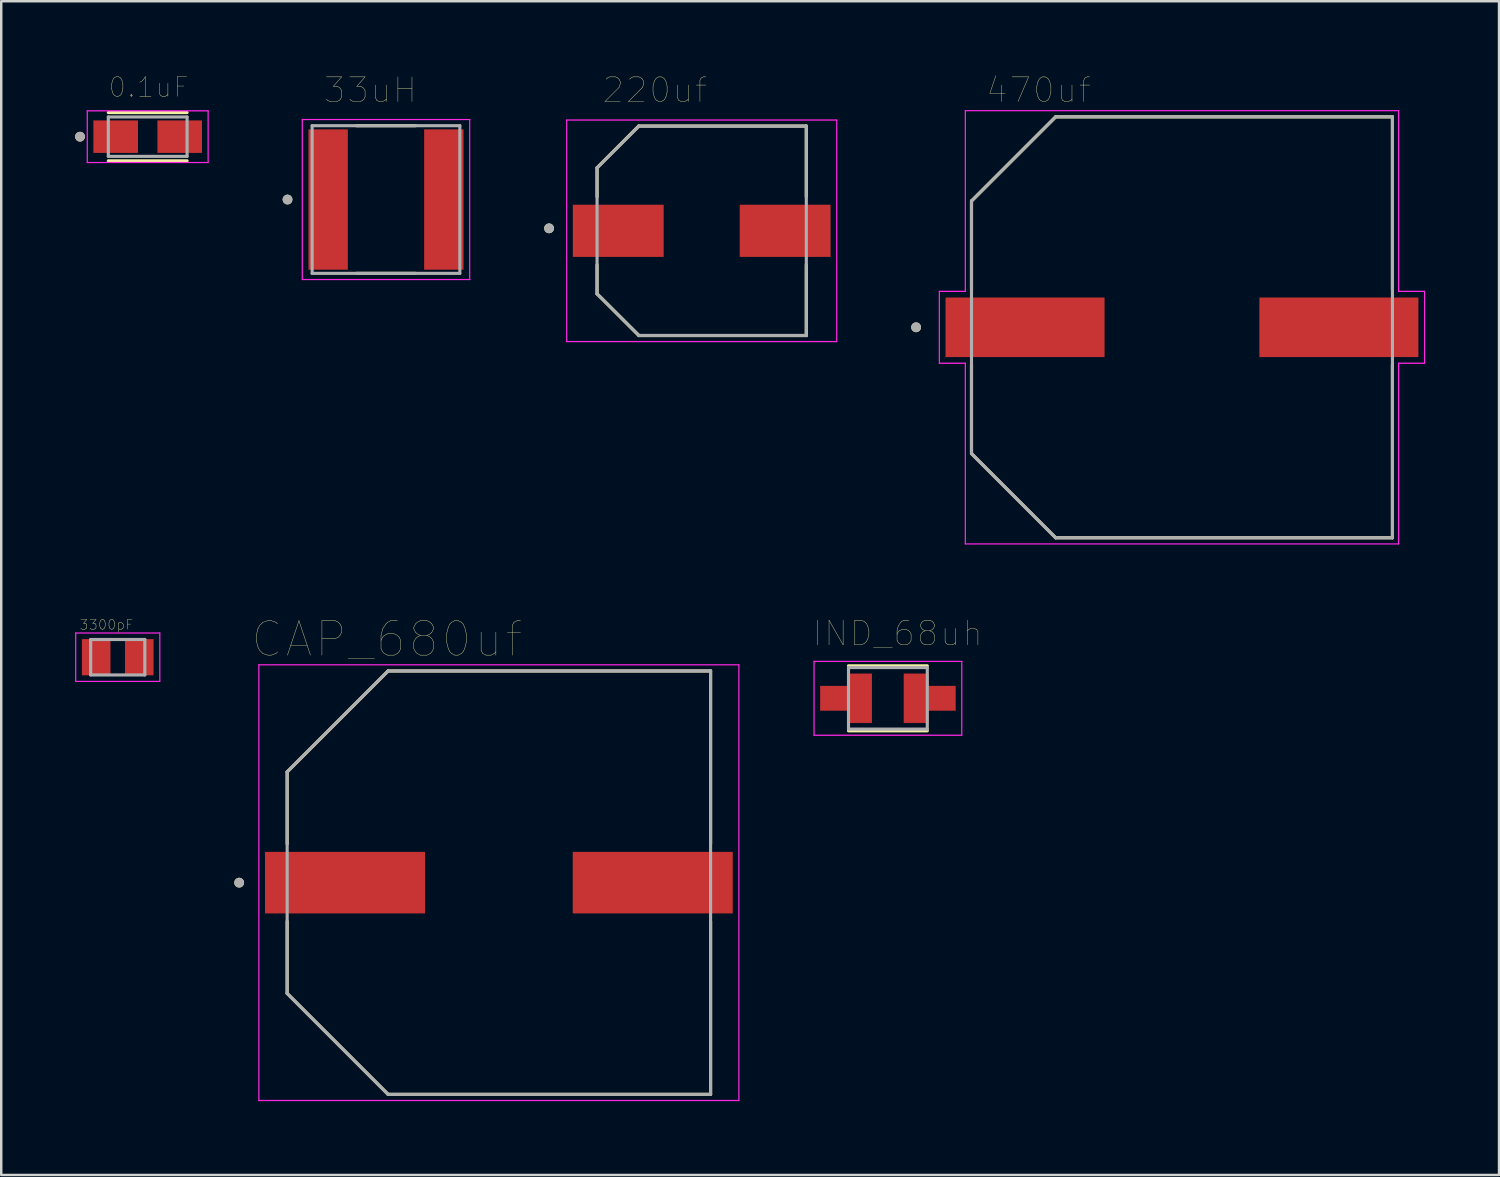
<source format=kicad_pcb>
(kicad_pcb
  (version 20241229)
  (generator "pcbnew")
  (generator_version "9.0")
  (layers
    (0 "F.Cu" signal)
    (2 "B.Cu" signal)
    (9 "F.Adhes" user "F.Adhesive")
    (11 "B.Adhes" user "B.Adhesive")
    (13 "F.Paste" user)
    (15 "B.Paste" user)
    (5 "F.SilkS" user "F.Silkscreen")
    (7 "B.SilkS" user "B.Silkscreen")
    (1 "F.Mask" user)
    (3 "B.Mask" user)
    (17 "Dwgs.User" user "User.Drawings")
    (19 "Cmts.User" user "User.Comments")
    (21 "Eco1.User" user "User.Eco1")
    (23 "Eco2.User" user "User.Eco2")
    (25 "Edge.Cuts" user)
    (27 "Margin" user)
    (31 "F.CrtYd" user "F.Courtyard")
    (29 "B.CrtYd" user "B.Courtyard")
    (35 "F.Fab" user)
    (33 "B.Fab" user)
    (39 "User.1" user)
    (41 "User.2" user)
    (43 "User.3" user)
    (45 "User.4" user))
  (footprint "3300pF"
    (layer "F.Cu")
    (at 1.733 23.648)
    (property "Reference" "3300pF" (at -0.46 -1.32 0) (layer "F.SilkS") (effects (font (size 0.394 0.394) (thickness 0.015))))
    (attr through_hole)
    (fp_line (start -1.708 -0.983) (end 1.708 -0.983) (stroke (width 0.05) (type solid)) (layer "F.CrtYd"))
    (fp_line (start -1.708 0.983) (end -1.708 -0.983) (stroke (width 0.05) (type solid)) (layer "F.CrtYd"))
    (fp_line (start -1.708 0.983) (end 1.708 0.983) (stroke (width 0.05) (type solid)) (layer "F.CrtYd"))
    (fp_line (start 1.708 0.983) (end 1.708 -0.983) (stroke (width 0.05) (type solid)) (layer "F.CrtYd"))
    (fp_line (start -1.1 0.72) (end -1.1 -0.72) (stroke (width 0.127) (type solid)) (layer "F.Fab"))
    (fp_line (start 1.1 -0.72) (end -1.1 -0.72) (stroke (width 0.127) (type solid)) (layer "F.Fab"))
    (fp_line (start 1.1 0.72) (end -1.1 0.72) (stroke (width 0.127) (type solid)) (layer "F.Fab"))
    (fp_line (start 1.1 0.72) (end 1.1 -0.72) (stroke (width 0.127) (type solid)) (layer "F.Fab"))
    (pad "1" smd rect (at -0.875 0) (size 1.16 1.47) (layers "F.Cu" "F.Mask" "F.Paste"))
    (pad "2" smd rect (at 0.875 0) (size 1.16 1.47) (layers "F.Cu" "F.Mask" "F.Paste")))
  (footprint "220uf"
    (layer "F.Cu")
    (at 25.455 6.326)
    (property "Reference" "220uf" (at -1.905 -5.715 0) (layer "F.SilkS") (effects (font (size 1 1) (thickness 0.015))))
    (attr through_hole)
    (fp_line (start -4.25 -2.56) (end -4.25 -1.38) (stroke (width 0.127) (type solid)) (layer "F.SilkS"))
    (fp_line (start -4.25 2.56) (end -4.25 1.38) (stroke (width 0.127) (type solid)) (layer "F.SilkS"))
    (fp_line (start -2.56 -4.257) (end -4.25 -2.56) (stroke (width 0.127) (type solid)) (layer "F.SilkS"))
    (fp_line (start -2.56 -4.257) (end 4.25 -4.257) (stroke (width 0.127) (type solid)) (layer "F.SilkS"))
    (fp_line (start -2.55 4.257) (end -4.25 2.56) (stroke (width 0.127) (type solid)) (layer "F.SilkS"))
    (fp_line (start 4.25 -4.257) (end 4.25 -1.38) (stroke (width 0.127) (type solid)) (layer "F.SilkS"))
    (fp_line (start 4.25 1.38) (end 4.25 4.257) (stroke (width 0.127) (type solid)) (layer "F.SilkS"))
    (fp_line (start 4.25 4.257) (end -2.55 4.257) (stroke (width 0.127) (type solid)) (layer "F.SilkS"))
    (fp_circle (center -6.2 -0.1) (end -6.1 -0.1) (stroke (width 0.2) (type solid)) (fill no) (layer "F.SilkS"))
    (fp_line (start -5.485 -4.5) (end 5.485 -4.5) (stroke (width 0.05) (type solid)) (layer "F.CrtYd"))
    (fp_line (start -5.485 4.5) (end -5.485 -4.5) (stroke (width 0.05) (type solid)) (layer "F.CrtYd"))
    (fp_line (start 5.485 -4.5) (end 5.485 4.5) (stroke (width 0.05) (type solid)) (layer "F.CrtYd"))
    (fp_line (start 5.485 4.5) (end -5.485 4.5) (stroke (width 0.05) (type solid)) (layer "F.CrtYd"))
    (fp_line (start -4.25 -2.56) (end -2.55 -4.25) (stroke (width 0.127) (type solid)) (layer "F.Fab"))
    (fp_line (start -4.25 2.56) (end -4.25 -2.56) (stroke (width 0.127) (type solid)) (layer "F.Fab"))
    (fp_line (start -4.25 2.56) (end -2.55 4.25) (stroke (width 0.127) (type solid)) (layer "F.Fab"))
    (fp_line (start -2.55 -4.25) (end 4.25 -4.25) (stroke (width 0.127) (type solid)) (layer "F.Fab"))
    (fp_line (start -2.55 4.25) (end 4.25 4.25) (stroke (width 0.127) (type solid)) (layer "F.Fab"))
    (fp_line (start 4.25 -4.25) (end 4.25 4.25) (stroke (width 0.127) (type solid)) (layer "F.Fab"))
    (fp_circle (center -6.2 -0.1) (end -6.1 -0.1) (stroke (width 0.2) (type solid)) (fill no) (layer "F.Fab"))
    (pad "1" smd rect (at -3.39 0) (size 3.69 2.12) (layers "F.Cu" "F.Mask" "F.Paste"))
    (pad "2" smd rect (at 3.39 0) (size 3.69 2.12) (layers "F.Cu" "F.Mask" "F.Paste")))
  (footprint "IND_68uh"
    (layer "F.Cu")
    (at 33.019 25.318)
    (property "Reference" "IND_68uh" (at 0.395 -2.635 0) (layer "F.SilkS") (effects (font (size 1 1) (thickness 0.015))))
    (attr through_hole)
    (fp_poly (pts (xy -1.65 -0.5) (xy -1.65 -1) (xy -0.65 -1) (xy -0.65 1) (xy -1.65 1) (xy -1.65 0.5) (xy -2.75 0.5) (xy -2.75 -0.5)) (stroke (width 0.01) (type solid)) (fill yes) (layer "F.Cu"))
    (fp_poly (pts (xy 1.65 -0.5) (xy 1.65 -1) (xy 0.65 -1) (xy 0.65 1) (xy 1.65 1) (xy 1.65 0.5) (xy 2.75 0.5) (xy 2.75 -0.5)) (stroke (width 0.01) (type solid)) (fill yes) (layer "F.Cu"))
    (fp_poly (pts (xy -1.75 -0.6) (xy -1.75 -1.1) (xy -0.55 -1.1) (xy -0.55 1.1) (xy -1.75 1.1) (xy -1.75 0.6) (xy -2.85 0.6) (xy -2.85 -0.6)) (stroke (width 0.01) (type solid)) (fill yes) (layer "F.Mask"))
    (fp_poly (pts (xy 1.75 -0.6) (xy 1.75 -1.1) (xy 0.55 -1.1) (xy 0.55 1.1) (xy 1.75 1.1) (xy 1.75 0.6) (xy 2.85 0.6) (xy 2.85 -0.6)) (stroke (width 0.01) (type solid)) (fill yes) (layer "F.Mask"))
    (fp_line (start -1.6 -1.32) (end 1.6 -1.32) (stroke (width 0.127) (type solid)) (layer "F.SilkS"))
    (fp_line (start -1.6 1.32) (end 1.6 1.32) (stroke (width 0.127) (type solid)) (layer "F.SilkS"))
    (fp_poly (pts (xy -1.65 -0.5) (xy -1.65 -1) (xy -0.65 -1) (xy -0.65 1) (xy -1.65 1) (xy -1.65 0.5) (xy -2.75 0.5) (xy -2.75 -0.5)) (stroke (width 0.01) (type solid)) (fill yes) (layer "F.Paste"))
    (fp_poly (pts (xy 1.65 -0.5) (xy 1.65 -1) (xy 0.65 -1) (xy 0.65 1) (xy 1.65 1) (xy 1.65 0.5) (xy 2.75 0.5) (xy 2.75 -0.5)) (stroke (width 0.01) (type solid)) (fill yes) (layer "F.Paste"))
    (fp_line (start -3 -1.5) (end 3 -1.5) (stroke (width 0.05) (type solid)) (layer "F.CrtYd"))
    (fp_line (start -3 1.5) (end -3 -1.5) (stroke (width 0.05) (type solid)) (layer "F.CrtYd"))
    (fp_line (start 3 -1.5) (end 3 1.5) (stroke (width 0.05) (type solid)) (layer "F.CrtYd"))
    (fp_line (start 3 1.5) (end -3 1.5) (stroke (width 0.05) (type solid)) (layer "F.CrtYd"))
    (fp_line (start -1.6 -1.25) (end 1.6 -1.25) (stroke (width 0.127) (type solid)) (layer "F.Fab"))
    (fp_line (start -1.6 1.25) (end -1.6 -1.25) (stroke (width 0.127) (type solid)) (layer "F.Fab"))
    (fp_line (start 1.6 -1.25) (end 1.6 1.25) (stroke (width 0.127) (type solid)) (layer "F.Fab"))
    (fp_line (start 1.6 1.25) (end -1.6 1.25) (stroke (width 0.127) (type solid)) (layer "F.Fab"))
    (pad "1" smd rect (at -1.15 0) (size 0.9 0.9) (layers "F.Cu"))
    (pad "2" smd rect (at 1.15 0) (size 0.9 0.9) (layers "F.Cu")))
  (footprint "470uf"
    (layer "F.Cu")
    (at 44.965 10.246)
    (property "Reference" "470uf" (at -5.825 -9.635 0) (layer "F.SilkS") (effects (font (size 1 1) (thickness 0.015))))
    (attr through_hole)
    (fp_line (start -8.55 -5.13) (end -5.13 -8.55) (stroke (width 0.127) (type solid)) (layer "F.SilkS"))
    (fp_line (start -8.55 -1.53) (end -8.55 -5.13) (stroke (width 0.127) (type solid)) (layer "F.SilkS"))
    (fp_line (start -8.55 5.13) (end -8.55 1.53) (stroke (width 0.127) (type solid)) (layer "F.SilkS"))
    (fp_line (start -5.13 -8.55) (end 8.55 -8.55) (stroke (width 0.127) (type solid)) (layer "F.SilkS"))
    (fp_line (start -5.13 8.55) (end -8.55 5.13) (stroke (width 0.127) (type solid)) (layer "F.SilkS"))
    (fp_line (start 8.55 -8.55) (end 8.55 -1.53) (stroke (width 0.127) (type solid)) (layer "F.SilkS"))
    (fp_line (start 8.55 1.53) (end 8.55 8.55) (stroke (width 0.127) (type solid)) (layer "F.SilkS"))
    (fp_line (start 8.55 8.55) (end -5.13 8.55) (stroke (width 0.127) (type solid)) (layer "F.SilkS"))
    (fp_circle (center -10.8 0) (end -10.7 0) (stroke (width 0.2) (type solid)) (fill no) (layer "F.SilkS"))
    (fp_line (start -9.855 -1.46) (end -9.855 1.46) (stroke (width 0.05) (type solid)) (layer "F.CrtYd"))
    (fp_line (start -9.855 1.46) (end -8.8 1.46) (stroke (width 0.05) (type solid)) (layer "F.CrtYd"))
    (fp_line (start -8.8 -8.8) (end -8.8 -1.46) (stroke (width 0.05) (type solid)) (layer "F.CrtYd"))
    (fp_line (start -8.8 -1.46) (end -9.855 -1.46) (stroke (width 0.05) (type solid)) (layer "F.CrtYd"))
    (fp_line (start -8.8 1.46) (end -8.8 8.8) (stroke (width 0.05) (type solid)) (layer "F.CrtYd"))
    (fp_line (start -8.8 8.8) (end 8.8 8.8) (stroke (width 0.05) (type solid)) (layer "F.CrtYd"))
    (fp_line (start 8.8 -8.8) (end -8.8 -8.8) (stroke (width 0.05) (type solid)) (layer "F.CrtYd"))
    (fp_line (start 8.8 -1.46) (end 8.8 -8.8) (stroke (width 0.05) (type solid)) (layer "F.CrtYd"))
    (fp_line (start 8.8 1.46) (end 9.855 1.46) (stroke (width 0.05) (type solid)) (layer "F.CrtYd"))
    (fp_line (start 8.8 8.8) (end 8.8 1.46) (stroke (width 0.05) (type solid)) (layer "F.CrtYd"))
    (fp_line (start 9.855 -1.46) (end 8.8 -1.46) (stroke (width 0.05) (type solid)) (layer "F.CrtYd"))
    (fp_line (start 9.855 1.46) (end 9.855 -1.46) (stroke (width 0.05) (type solid)) (layer "F.CrtYd"))
    (fp_line (start -8.55 -5.13) (end -8.55 5.13) (stroke (width 0.127) (type solid)) (layer "F.Fab"))
    (fp_line (start -8.55 5.13) (end -5.13 8.55) (stroke (width 0.127) (type solid)) (layer "F.Fab"))
    (fp_line (start -5.13 -8.55) (end -8.55 -5.13) (stroke (width 0.127) (type solid)) (layer "F.Fab"))
    (fp_line (start -5.13 8.55) (end 8.55 8.55) (stroke (width 0.127) (type solid)) (layer "F.Fab"))
    (fp_line (start 8.55 -8.55) (end -5.13 -8.55) (stroke (width 0.127) (type solid)) (layer "F.Fab"))
    (fp_line (start 8.55 8.55) (end 8.55 -8.55) (stroke (width 0.127) (type solid)) (layer "F.Fab"))
    (fp_circle (center -10.8 0) (end -10.7 0) (stroke (width 0.2) (type solid)) (fill no) (layer "F.Fab"))
    (pad "1" smd rect (at -6.375 0) (size 6.46 2.42) (layers "F.Cu" "F.Mask" "F.Paste"))
    (pad "2" smd rect (at 6.375 0) (size 6.46 2.42) (layers "F.Cu" "F.Mask" "F.Paste")))
  (footprint "33uH"
    (layer "F.Cu")
    (at 12.63 5.056)
    (property "Reference" "33uH" (at -0.635 -4.445 0) (layer "F.SilkS") (effects (font (size 1 1) (thickness 0.015))))
    (attr through_hole)
    (fp_line (start -1.2 -3) (end 1.2 -3) (stroke (width 0.127) (type solid)) (layer "F.SilkS"))
    (fp_line (start -1.2 3) (end 1.2 3) (stroke (width 0.127) (type solid)) (layer "F.SilkS"))
    (fp_circle (center -4 0) (end -3.9 0) (stroke (width 0.2) (type solid)) (fill no) (layer "F.SilkS"))
    (fp_line (start -3.4 -3.25) (end 3.4 -3.25) (stroke (width 0.05) (type solid)) (layer "F.CrtYd"))
    (fp_line (start -3.4 3.25) (end -3.4 -3.25) (stroke (width 0.05) (type solid)) (layer "F.CrtYd"))
    (fp_line (start 3.4 -3.25) (end 3.4 3.25) (stroke (width 0.05) (type solid)) (layer "F.CrtYd"))
    (fp_line (start 3.4 3.25) (end -3.4 3.25) (stroke (width 0.05) (type solid)) (layer "F.CrtYd"))
    (fp_line (start -3 -3) (end 3 -3) (stroke (width 0.127) (type solid)) (layer "F.Fab"))
    (fp_line (start -3 3) (end -3 -3) (stroke (width 0.127) (type solid)) (layer "F.Fab"))
    (fp_line (start 3 -3) (end 3 3) (stroke (width 0.127) (type solid)) (layer "F.Fab"))
    (fp_line (start 3 3) (end -3 3) (stroke (width 0.127) (type solid)) (layer "F.Fab"))
    (fp_circle (center -4 0) (end -3.9 0) (stroke (width 0.2) (type solid)) (fill no) (layer "F.Fab"))
    (pad "1" smd rect (at -2.35 0) (size 1.6 5.7) (layers "F.Cu" "F.Mask" "F.Paste"))
    (pad "2" smd rect (at 2.35 0) (size 1.6 5.7) (layers "F.Cu" "F.Mask" "F.Paste")))
  (footprint "0.1uF"
    (layer "F.Cu")
    (at 2.95 2.502)
    (property "Reference" "0.1uF" (at 0.04 -2.008 0) (layer "F.SilkS") (effects (font (size 0.8 0.8) (thickness 0.015))))
    (attr through_hole)
    (fp_line (start -1.6 -0.98) (end 1.6 -0.98) (stroke (width 0.127) (type solid)) (layer "F.SilkS"))
    (fp_line (start -1.6 0.98) (end 1.6 0.98) (stroke (width 0.127) (type solid)) (layer "F.SilkS"))
    (fp_circle (center -2.75 0) (end -2.65 0) (stroke (width 0.2) (type solid)) (fill no) (layer "F.SilkS"))
    (fp_line (start -2.455 -1.05) (end 2.455 -1.05) (stroke (width 0.05) (type solid)) (layer "F.CrtYd"))
    (fp_line (start -2.455 1.05) (end -2.455 -1.05) (stroke (width 0.05) (type solid)) (layer "F.CrtYd"))
    (fp_line (start 2.455 -1.05) (end 2.455 1.05) (stroke (width 0.05) (type solid)) (layer "F.CrtYd"))
    (fp_line (start 2.455 1.05) (end -2.455 1.05) (stroke (width 0.05) (type solid)) (layer "F.CrtYd"))
    (fp_line (start -1.6 -0.8) (end -1.6 0.8) (stroke (width 0.127) (type solid)) (layer "F.Fab"))
    (fp_line (start -1.6 0.8) (end 1.6 0.8) (stroke (width 0.127) (type solid)) (layer "F.Fab"))
    (fp_line (start 1.6 -0.8) (end -1.6 -0.8) (stroke (width 0.127) (type solid)) (layer "F.Fab"))
    (fp_line (start 1.6 0.8) (end 1.6 -0.8) (stroke (width 0.127) (type solid)) (layer "F.Fab"))
    (fp_circle (center -2.75 0) (end -2.65 0) (stroke (width 0.2) (type solid)) (fill no) (layer "F.Fab"))
    (pad "1" smd rect (at -1.3 0) (size 1.81 1.32) (layers "F.Cu" "F.Mask" "F.Paste"))
    (pad "2" smd rect (at 1.3 0) (size 1.81 1.32) (layers "F.Cu" "F.Mask" "F.Paste")))
  (footprint "CAP_680uf"
    (layer "F.Cu")
    (at 17.216 32.806)
    (property "Reference" "CAP_680uf" (at -4.555 -9.889 0) (layer "F.SilkS") (effects (font (size 1.4 1.4) (thickness 0.015))))
    (attr through_hole)
    (fp_line (start -8.6 -4.5) (end -4.5 -8.6) (stroke (width 0.127) (type solid)) (layer "F.SilkS"))
    (fp_line (start -8.6 -1.57) (end -8.6 -4.5) (stroke (width 0.127) (type solid)) (layer "F.SilkS"))
    (fp_line (start -8.6 4.5) (end -8.6 1.57) (stroke (width 0.127) (type solid)) (layer "F.SilkS"))
    (fp_line (start -4.5 -8.6) (end 8.6 -8.6) (stroke (width 0.127) (type solid)) (layer "F.SilkS"))
    (fp_line (start -4.5 8.6) (end -8.6 4.5) (stroke (width 0.127) (type solid)) (layer "F.SilkS"))
    (fp_line (start 8.6 -8.6) (end 8.6 -1.57) (stroke (width 0.127) (type solid)) (layer "F.SilkS"))
    (fp_line (start 8.6 1.57) (end 8.6 8.6) (stroke (width 0.127) (type solid)) (layer "F.SilkS"))
    (fp_line (start 8.6 8.6) (end -4.5 8.6) (stroke (width 0.127) (type solid)) (layer "F.SilkS"))
    (fp_circle (center -10.55 0) (end -10.45 0) (stroke (width 0.2) (type solid)) (fill no) (layer "F.SilkS"))
    (fp_line (start -9.75 -8.85) (end 9.75 -8.85) (stroke (width 0.05) (type solid)) (layer "F.CrtYd"))
    (fp_line (start -9.75 8.85) (end -9.75 -8.85) (stroke (width 0.05) (type solid)) (layer "F.CrtYd"))
    (fp_line (start 9.75 -8.85) (end 9.75 8.85) (stroke (width 0.05) (type solid)) (layer "F.CrtYd"))
    (fp_line (start 9.75 8.85) (end -9.75 8.85) (stroke (width 0.05) (type solid)) (layer "F.CrtYd"))
    (fp_line (start -8.6 -4.5) (end -4.5 -8.6) (stroke (width 0.127) (type solid)) (layer "F.Fab"))
    (fp_line (start -8.6 4.5) (end -8.6 -4.5) (stroke (width 0.127) (type solid)) (layer "F.Fab"))
    (fp_line (start -4.5 -8.6) (end 8.6 -8.6) (stroke (width 0.127) (type solid)) (layer "F.Fab"))
    (fp_line (start -4.5 8.6) (end -8.6 4.5) (stroke (width 0.127) (type solid)) (layer "F.Fab"))
    (fp_line (start 8.6 -8.6) (end 8.6 8.6) (stroke (width 0.127) (type solid)) (layer "F.Fab"))
    (fp_line (start 8.6 8.6) (end -4.5 8.6) (stroke (width 0.127) (type solid)) (layer "F.Fab"))
    (fp_circle (center -10.55 0) (end -10.45 0) (stroke (width 0.2) (type solid)) (fill no) (layer "F.Fab"))
    (pad "1" smd rect (at -6.25 0) (size 6.5 2.5) (layers "F.Cu" "F.Mask" "F.Paste"))
    (pad "2" smd rect (at 6.25 0) (size 6.5 2.5) (layers "F.Cu" "F.Mask" "F.Paste")))
  (gr_rect
    (start -3 -3)
    (end 57.845 44.681)
    (stroke (width 0.1) (type default))
    (fill no)
    (layer "Edge.Cuts")))
</source>
